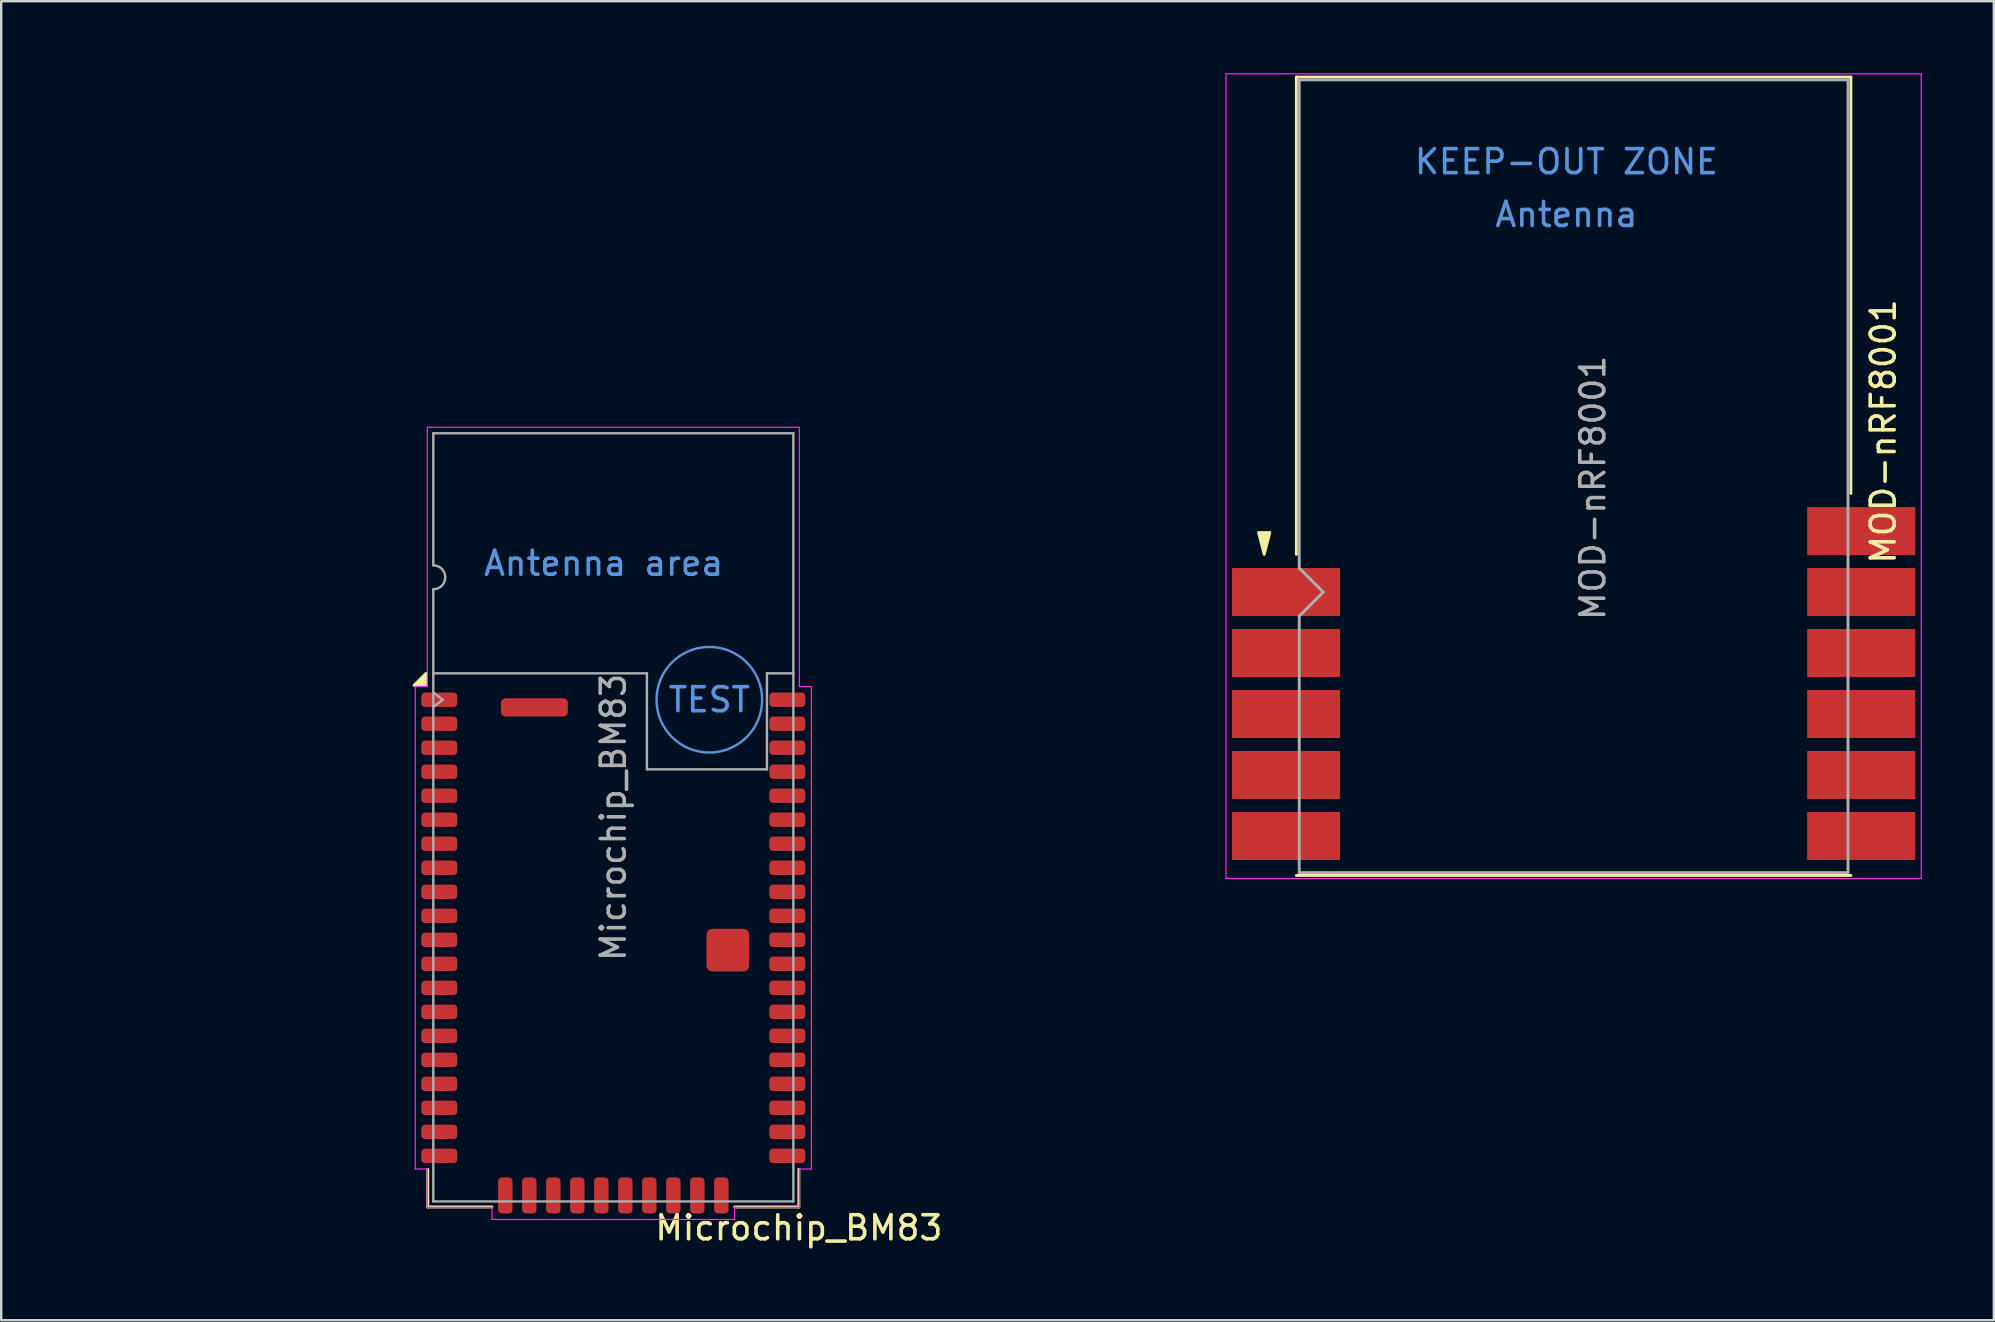
<source format=kicad_pcb>
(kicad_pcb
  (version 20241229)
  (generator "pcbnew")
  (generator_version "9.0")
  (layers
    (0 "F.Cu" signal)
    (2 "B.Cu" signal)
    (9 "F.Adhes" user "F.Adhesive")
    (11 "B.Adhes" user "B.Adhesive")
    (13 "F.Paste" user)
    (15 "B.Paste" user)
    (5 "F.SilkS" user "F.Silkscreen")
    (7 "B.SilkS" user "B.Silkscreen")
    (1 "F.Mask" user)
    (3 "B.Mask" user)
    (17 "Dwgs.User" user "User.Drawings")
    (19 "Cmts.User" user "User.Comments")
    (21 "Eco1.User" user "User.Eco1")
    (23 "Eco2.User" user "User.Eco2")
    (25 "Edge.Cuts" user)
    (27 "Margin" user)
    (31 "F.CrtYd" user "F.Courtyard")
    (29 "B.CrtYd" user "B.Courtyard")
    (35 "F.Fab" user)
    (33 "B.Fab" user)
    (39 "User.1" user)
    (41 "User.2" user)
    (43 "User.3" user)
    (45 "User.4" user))
  (footprint "MOD-nRF8001"
    (layer "F.Cu")
    (at 62.505 16.785)
    (property "Reference" "MOD-nRF8001" (at 12.9 -1.86 270) (layer "F.SilkS") (effects (font (size 1 1) (thickness 0.15))))
    (attr smd)
    (fp_line (start -11.55 -16.626) (end 11.55 -16.626) (stroke (width 0.12) (type solid)) (layer "F.SilkS"))
    (fp_line (start -11.55 3.26) (end -11.55 -16.626) (stroke (width 0.12) (type solid)) (layer "F.SilkS"))
    (fp_line (start 11.55 -16.626) (end 11.55 0.72) (stroke (width 0.12) (type solid)) (layer "F.SilkS"))
    (fp_line (start 11.55 16.634) (end -11.55 16.634) (stroke (width 0.12) (type solid)) (layer "F.SilkS"))
    (fp_poly (pts (xy -12.655 2.35) (xy -12.89 3.26) (xy -13.125 2.35)) (stroke (width 0.12) (type solid)) (fill yes) (layer "F.SilkS"))
    (fp_line (start -14.48 -16.76) (end 14.48 -16.76) (stroke (width 0.05) (type solid)) (layer "F.CrtYd"))
    (fp_line (start -14.48 16.76) (end -14.48 -16.76) (stroke (width 0.05) (type solid)) (layer "F.CrtYd"))
    (fp_line (start 14.48 -16.76) (end 14.48 16.76) (stroke (width 0.05) (type solid)) (layer "F.CrtYd"))
    (fp_line (start 14.48 16.76) (end -14.48 16.76) (stroke (width 0.05) (type solid)) (layer "F.CrtYd"))
    (fp_line (start -11.43 -16.506) (end 11.43 -16.506) (stroke (width 0.12) (type solid)) (layer "F.Fab"))
    (fp_line (start -11.43 3.83) (end -11.43 -16.506) (stroke (width 0.12) (type solid)) (layer "F.Fab"))
    (fp_line (start -11.43 5.83) (end -10.43 4.83) (stroke (width 0.12) (type solid)) (layer "F.Fab"))
    (fp_line (start -11.43 16.514) (end -11.43 5.83) (stroke (width 0.12) (type solid)) (layer "F.Fab"))
    (fp_line (start -10.43 4.83) (end -11.43 3.83) (stroke (width 0.12) (type solid)) (layer "F.Fab"))
    (fp_line (start 11.43 -16.506) (end 11.43 16.514) (stroke (width 0.12) (type solid)) (layer "F.Fab"))
    (fp_line (start 11.43 16.514) (end -11.43 16.514) (stroke (width 0.12) (type solid)) (layer "F.Fab"))
    (fp_text user "KEEP-OUT ZONE" (at -0.3 -13.1 0) (layer "Cmts.User") (effects (font (size 1 1) (thickness 0.15))))
    (fp_text user "Antenna" (at -0.3 -10.9 0) (layer "Cmts.User") (effects (font (size 1 1) (thickness 0.15))))
    (fp_text user "${REFERENCE}" (at 0.8 0.49 270) (layer "F.Fab") (effects (font (size 1 1) (thickness 0.15))))
    (pad "1" smd rect (at -11.98 4.83 270) (size 2 4.5) (layers "F.Cu" "F.Mask" "F.Paste"))
    (pad "2" smd rect (at -11.98 7.37 270) (size 2 4.5) (layers "F.Cu" "F.Mask" "F.Paste"))
    (pad "3" smd rect (at -11.98 9.91 270) (size 2 4.5) (layers "F.Cu" "F.Mask" "F.Paste"))
    (pad "4" smd rect (at -11.98 12.45 270) (size 2 4.5) (layers "F.Cu" "F.Mask" "F.Paste"))
    (pad "5" smd rect (at -11.98 14.99 270) (size 2 4.5) (layers "F.Cu" "F.Mask" "F.Paste"))
    (pad "6" smd rect (at 11.98 14.99 270) (size 2 4.5) (layers "F.Cu" "F.Mask" "F.Paste"))
    (pad "7" smd rect (at 11.98 12.45 270) (size 2 4.5) (layers "F.Cu" "F.Mask" "F.Paste"))
    (pad "8" smd rect (at 11.98 9.91 270) (size 2 4.5) (layers "F.Cu" "F.Mask" "F.Paste"))
    (pad "9" smd rect (at 11.98 7.37 270) (size 2 4.5) (layers "F.Cu" "F.Mask" "F.Paste"))
    (pad "10" smd rect (at 11.98 4.83 270) (size 2 4.5) (layers "F.Cu" "F.Mask" "F.Paste"))
    (pad "11" smd rect (at 11.98 2.29 270) (size 2 4.5) (layers "F.Cu" "F.Mask" "F.Paste"))
    (zone (net_name "") (layers "F.Cu" "B.Cu") (hatch full 0.508) (connect_pads) (min_thickness 0.254) (filled_areas_thickness no) (keepout (tracks not_allowed) (vias not_allowed) (pads not_allowed) (copperpour not_allowed) (footprints not_allowed)) (placement (enabled no)) (fill) (polygon (pts (xy 50.955 9.785) (xy 50.955 0.159) (xy 74.055 0.159) (xy 74.055 9.785)))))
  (footprint "Microchip_BM83"
    (layer "F.Cu")
    (at 22.5 31)
    (property "Reference" "Microchip_BM83" (at 7.73 17.1 0) (layer "F.SilkS") (effects (font (size 1 1) (thickness 0.15))))
    (attr smd)
    (fp_line (start -7.73 14.66) (end -7.73 16.23) (stroke (width 0.12) (type default)) (layer "F.SilkS"))
    (fp_line (start -7.73 16.23) (end -5.06 16.23) (stroke (width 0.12) (type default)) (layer "F.SilkS"))
    (fp_line (start 5.06 16.23) (end 7.73 16.23) (stroke (width 0.12) (type default)) (layer "F.SilkS"))
    (fp_line (start 7.73 16.23) (end 7.73 14.66) (stroke (width 0.12) (type default)) (layer "F.SilkS"))
    (fp_poly (pts (xy -7.8 -5.5) (xy -8.3 -5.5) (xy -7.8 -6) (xy -7.8 -5.5)) (stroke (width 0.12) (type solid)) (fill yes) (layer "F.SilkS"))
    (fp_circle (center 4 -4.9) (end 6.2 -4.9) (stroke (width 0.1) (type default)) (fill no) (layer "Cmts.User"))
    (fp_line (start -8.25 -5.45) (end -7.75 -5.45) (stroke (width 0.05) (type default)) (layer "F.CrtYd"))
    (fp_line (start -8.25 14.65) (end -8.25 -5.45) (stroke (width 0.05) (type default)) (layer "F.CrtYd"))
    (fp_line (start -7.75 -16.25) (end 7.75 -16.25) (stroke (width 0.05) (type default)) (layer "F.CrtYd"))
    (fp_line (start -7.75 -5.45) (end -7.75 -16.25) (stroke (width 0.05) (type default)) (layer "F.CrtYd"))
    (fp_line (start -7.75 14.65) (end -8.25 14.65) (stroke (width 0.05) (type default)) (layer "F.CrtYd"))
    (fp_line (start -7.75 16.25) (end -7.75 14.65) (stroke (width 0.05) (type default)) (layer "F.CrtYd"))
    (fp_line (start -5.05 16.25) (end -7.75 16.25) (stroke (width 0.05) (type default)) (layer "F.CrtYd"))
    (fp_line (start -5.05 16.75) (end -5.05 16.25) (stroke (width 0.05) (type default)) (layer "F.CrtYd"))
    (fp_line (start 5.05 16.25) (end 5.05 16.75) (stroke (width 0.05) (type default)) (layer "F.CrtYd"))
    (fp_line (start 5.05 16.75) (end -5.05 16.75) (stroke (width 0.05) (type default)) (layer "F.CrtYd"))
    (fp_line (start 7.75 -16.25) (end 7.75 -5.45) (stroke (width 0.05) (type default)) (layer "F.CrtYd"))
    (fp_line (start 7.75 -5.45) (end 8.25 -5.45) (stroke (width 0.05) (type default)) (layer "F.CrtYd"))
    (fp_line (start 7.75 14.65) (end 7.75 16.25) (stroke (width 0.05) (type default)) (layer "F.CrtYd"))
    (fp_line (start 7.75 16.25) (end 5.05 16.25) (stroke (width 0.05) (type default)) (layer "F.CrtYd"))
    (fp_line (start 8.25 -5.45) (end 8.25 14.65) (stroke (width 0.05) (type default)) (layer "F.CrtYd"))
    (fp_line (start 8.25 14.65) (end 7.75 14.65) (stroke (width 0.05) (type default)) (layer "F.CrtYd"))
    (fp_line (start -7.5 -16) (end -7.5 -10.5) (stroke (width 0.1) (type default)) (layer "F.Fab"))
    (fp_line (start -7.5 -6) (end 1.4 -6) (stroke (width 0.1) (type default)) (layer "F.Fab"))
    (fp_line (start -7.5 -5.2) (end -7.1 -4.9) (stroke (width 0.1) (type default)) (layer "F.Fab"))
    (fp_line (start -7.5 16) (end -7.5 -9.5) (stroke (width 0.1) (type default)) (layer "F.Fab"))
    (fp_line (start -7.5 16) (end 7.5 16) (stroke (width 0.1) (type default)) (layer "F.Fab"))
    (fp_line (start -7.1 -4.9) (end -7.5 -4.6) (stroke (width 0.1) (type default)) (layer "F.Fab"))
    (fp_line (start 1.4 -6) (end 1.4 -2) (stroke (width 0.1) (type default)) (layer "F.Fab"))
    (fp_line (start 1.4 -2) (end 6.4 -2) (stroke (width 0.1) (type default)) (layer "F.Fab"))
    (fp_line (start 6.4 -6) (end 7.5 -6) (stroke (width 0.1) (type default)) (layer "F.Fab"))
    (fp_line (start 6.4 -2) (end 6.4 -6) (stroke (width 0.1) (type default)) (layer "F.Fab"))
    (fp_line (start 7.5 -16) (end -7.5 -16) (stroke (width 0.1) (type default)) (layer "F.Fab"))
    (fp_line (start 7.5 16) (end 7.5 -16) (stroke (width 0.1) (type default)) (layer "F.Fab"))
    (fp_arc (start -7.5 -10.5) (mid -7 -10) (end -7.5 -9.5) (stroke (width 0.1) (type default)) (layer "F.Fab"))
    (fp_text user "TEST" (at 4 -4.9 0) (unlocked yes) (layer "Cmts.User") (effects (font (size 1 1) (thickness 0.15))))
    (fp_text user "Antenna area" (at -0.4 -10 0) (unlocked yes) (layer "Cmts.User") (effects (font (size 1 1) (thickness 0.15)) (justify bottom)))
    (fp_text user "${REFERENCE}" (at 0 0 90) (layer "F.Fab") (effects (font (size 1 1) (thickness 0.15))))
    (pad "1" smd roundrect (at -7.25 -4.9) (size 1.5 0.6) (layers "F.Cu" "F.Mask" "F.Paste") (roundrect_rratio 0.25))
    (pad "2" smd roundrect (at -7.25 -3.9) (size 1.5 0.6) (layers "F.Cu" "F.Mask" "F.Paste") (roundrect_rratio 0.25))
    (pad "3" smd roundrect (at -7.25 -2.9) (size 1.5 0.6) (layers "F.Cu" "F.Mask" "F.Paste") (roundrect_rratio 0.25))
    (pad "4" smd roundrect (at -7.25 -1.9) (size 1.5 0.6) (layers "F.Cu" "F.Mask" "F.Paste") (roundrect_rratio 0.25))
    (pad "5" smd roundrect (at -7.25 -0.9) (size 1.5 0.6) (layers "F.Cu" "F.Mask" "F.Paste") (roundrect_rratio 0.25))
    (pad "6" smd roundrect (at -7.25 0.1) (size 1.5 0.6) (layers "F.Cu" "F.Mask" "F.Paste") (roundrect_rratio 0.25))
    (pad "7" smd roundrect (at -7.25 1.1) (size 1.5 0.6) (layers "F.Cu" "F.Mask" "F.Paste") (roundrect_rratio 0.25))
    (pad "8" smd roundrect (at -7.25 2.1) (size 1.5 0.6) (layers "F.Cu" "F.Mask" "F.Paste") (roundrect_rratio 0.25))
    (pad "9" smd roundrect (at -7.25 3.1) (size 1.5 0.6) (layers "F.Cu" "F.Mask" "F.Paste") (roundrect_rratio 0.25))
    (pad "10" smd roundrect (at -7.25 4.1) (size 1.5 0.6) (layers "F.Cu" "F.Mask" "F.Paste") (roundrect_rratio 0.25))
    (pad "11" smd roundrect (at -7.25 5.1) (size 1.5 0.6) (layers "F.Cu" "F.Mask" "F.Paste") (roundrect_rratio 0.25))
    (pad "12" smd roundrect (at -7.25 6.1) (size 1.5 0.6) (layers "F.Cu" "F.Mask" "F.Paste") (roundrect_rratio 0.25))
    (pad "13" smd roundrect (at -7.25 7.1) (size 1.5 0.6) (layers "F.Cu" "F.Mask" "F.Paste") (roundrect_rratio 0.25))
    (pad "14" smd roundrect (at -7.25 8.1) (size 1.5 0.6) (layers "F.Cu" "F.Mask" "F.Paste") (roundrect_rratio 0.25))
    (pad "15" smd roundrect (at -7.25 9.1) (size 1.5 0.6) (layers "F.Cu" "F.Mask" "F.Paste") (roundrect_rratio 0.25))
    (pad "16" smd roundrect (at -7.25 10.1) (size 1.5 0.6) (layers "F.Cu" "F.Mask" "F.Paste") (roundrect_rratio 0.25))
    (pad "17" smd roundrect (at -7.25 11.1) (size 1.5 0.6) (layers "F.Cu" "F.Mask" "F.Paste") (roundrect_rratio 0.25))
    (pad "18" smd roundrect (at -7.25 12.1) (size 1.5 0.6) (layers "F.Cu" "F.Mask" "F.Paste") (roundrect_rratio 0.25))
    (pad "19" smd roundrect (at -7.25 13.1) (size 1.5 0.6) (layers "F.Cu" "F.Mask" "F.Paste") (roundrect_rratio 0.25))
    (pad "20" smd roundrect (at -7.25 14.1) (size 1.5 0.6) (layers "F.Cu" "F.Mask" "F.Paste") (roundrect_rratio 0.25))
    (pad "21" smd roundrect (at -4.5 15.75) (size 0.6 1.5) (layers "F.Cu" "F.Mask" "F.Paste") (roundrect_rratio 0.25))
    (pad "22" smd roundrect (at -3.5 15.75) (size 0.6 1.5) (layers "F.Cu" "F.Mask" "F.Paste") (roundrect_rratio 0.25))
    (pad "23" smd roundrect (at -2.5 15.75) (size 0.6 1.5) (layers "F.Cu" "F.Mask" "F.Paste") (roundrect_rratio 0.25))
    (pad "24" smd roundrect (at -1.5 15.75) (size 0.6 1.5) (layers "F.Cu" "F.Mask" "F.Paste") (roundrect_rratio 0.25))
    (pad "25" smd roundrect (at -0.5 15.75) (size 0.6 1.5) (layers "F.Cu" "F.Mask" "F.Paste") (roundrect_rratio 0.25))
    (pad "26" smd roundrect (at 0.5 15.75) (size 0.6 1.5) (layers "F.Cu" "F.Mask" "F.Paste") (roundrect_rratio 0.25))
    (pad "27" smd roundrect (at 1.5 15.75) (size 0.6 1.5) (layers "F.Cu" "F.Mask" "F.Paste") (roundrect_rratio 0.25))
    (pad "28" smd roundrect (at 2.5 15.75) (size 0.6 1.5) (layers "F.Cu" "F.Mask" "F.Paste") (roundrect_rratio 0.25))
    (pad "29" smd roundrect (at 3.5 15.75) (size 0.6 1.5) (layers "F.Cu" "F.Mask" "F.Paste") (roundrect_rratio 0.25))
    (pad "30" smd roundrect (at 4.5 15.75) (size 0.6 1.5) (layers "F.Cu" "F.Mask" "F.Paste") (roundrect_rratio 0.25))
    (pad "31" smd roundrect (at 7.25 14.1) (size 1.5 0.6) (layers "F.Cu" "F.Mask" "F.Paste") (roundrect_rratio 0.25))
    (pad "32" smd roundrect (at 7.25 13.1) (size 1.5 0.6) (layers "F.Cu" "F.Mask" "F.Paste") (roundrect_rratio 0.25))
    (pad "33" smd roundrect (at 7.25 12.1) (size 1.5 0.6) (layers "F.Cu" "F.Mask" "F.Paste") (roundrect_rratio 0.25))
    (pad "34" smd roundrect (at 7.25 11.1) (size 1.5 0.6) (layers "F.Cu" "F.Mask" "F.Paste") (roundrect_rratio 0.25))
    (pad "35" smd roundrect (at 7.25 10.1) (size 1.5 0.6) (layers "F.Cu" "F.Mask" "F.Paste") (roundrect_rratio 0.25))
    (pad "36" smd roundrect (at 7.25 9.1) (size 1.5 0.6) (layers "F.Cu" "F.Mask" "F.Paste") (roundrect_rratio 0.25))
    (pad "37" smd roundrect (at 7.25 8.1) (size 1.5 0.6) (layers "F.Cu" "F.Mask" "F.Paste") (roundrect_rratio 0.25))
    (pad "38" smd roundrect (at 7.25 7.1) (size 1.5 0.6) (layers "F.Cu" "F.Mask" "F.Paste") (roundrect_rratio 0.25))
    (pad "39" smd roundrect (at 7.25 6.1) (size 1.5 0.6) (layers "F.Cu" "F.Mask" "F.Paste") (roundrect_rratio 0.25))
    (pad "40" smd roundrect (at 7.25 5.1) (size 1.5 0.6) (layers "F.Cu" "F.Mask" "F.Paste") (roundrect_rratio 0.25))
    (pad "41" smd roundrect (at 7.25 4.1) (size 1.5 0.6) (layers "F.Cu" "F.Mask" "F.Paste") (roundrect_rratio 0.25))
    (pad "42" smd roundrect (at 7.25 3.1) (size 1.5 0.6) (layers "F.Cu" "F.Mask" "F.Paste") (roundrect_rratio 0.25))
    (pad "43" smd roundrect (at 7.25 2.1) (size 1.5 0.6) (layers "F.Cu" "F.Mask" "F.Paste") (roundrect_rratio 0.25))
    (pad "44" smd roundrect (at 7.25 1.1) (size 1.5 0.6) (layers "F.Cu" "F.Mask" "F.Paste") (roundrect_rratio 0.25))
    (pad "45" smd roundrect (at 7.25 0.1) (size 1.5 0.6) (layers "F.Cu" "F.Mask" "F.Paste") (roundrect_rratio 0.25))
    (pad "46" smd roundrect (at 7.25 -0.9) (size 1.5 0.6) (layers "F.Cu" "F.Mask" "F.Paste") (roundrect_rratio 0.25))
    (pad "47" smd roundrect (at 7.25 -1.9) (size 1.5 0.6) (layers "F.Cu" "F.Mask" "F.Paste") (roundrect_rratio 0.25))
    (pad "48" smd roundrect (at 7.25 -2.9) (size 1.5 0.6) (layers "F.Cu" "F.Mask" "F.Paste") (roundrect_rratio 0.25))
    (pad "49" smd roundrect (at 7.25 -3.9) (size 1.5 0.6) (layers "F.Cu" "F.Mask" "F.Paste") (roundrect_rratio 0.25))
    (pad "50" smd roundrect (at 7.25 -4.9) (size 1.5 0.6) (layers "F.Cu" "F.Mask" "F.Paste") (roundrect_rratio 0.25))
    (pad "56" smd roundrect (at 4.77 5.53) (size 1.78 1.78) (layers "F.Cu" "F.Mask" "F.Paste") (roundrect_rratio 0.14))
    (pad "57" smd roundrect (at -3.29 -4.58) (size 2.79 0.76) (layers "F.Cu" "F.Mask" "F.Paste") (roundrect_rratio 0.25))
    (zone (net_name "") (layer "F.Cu") (hatch edge 0.5) (connect_pads) (min_thickness 0.25) (filled_areas_thickness no) (keepout (tracks not_allowed) (vias not_allowed) (pads allowed) (copperpour not_allowed) (footprints allowed)) (placement (enabled no)) (fill) (polygon (pts (xy 16.2 25) (xy 16.2 45.6) (xy 15 45.6) (xy 15 47) (xy 17.5 47) (xy 17.5 45.8) (xy 27.5 45.8) (xy 27.5 47) (xy 30 47) (xy 30 45.6) (xy 28.8 45.6) (xy 28.8 25))))
    (zone (net_name "") (layers "F.Cu" "B.Cu" "Cmts.User") (hatch edge 0.5) (connect_pads) (min_thickness 0.25) (filled_areas_thickness no) (keepout (tracks not_allowed) (vias not_allowed) (pads not_allowed) (copperpour not_allowed) (footprints not_allowed)) (placement (enabled no)) (fill) (polygon (pts (xy 0 0) (xy 0 25) (xy 45 25) (xy 45 0)))))
  (gr_rect
    (start -3 -3)
    (end 80.01 51.948)
    (stroke (width 0.1) (type default))
    (fill no)
    (layer "Edge.Cuts")))
</source>
